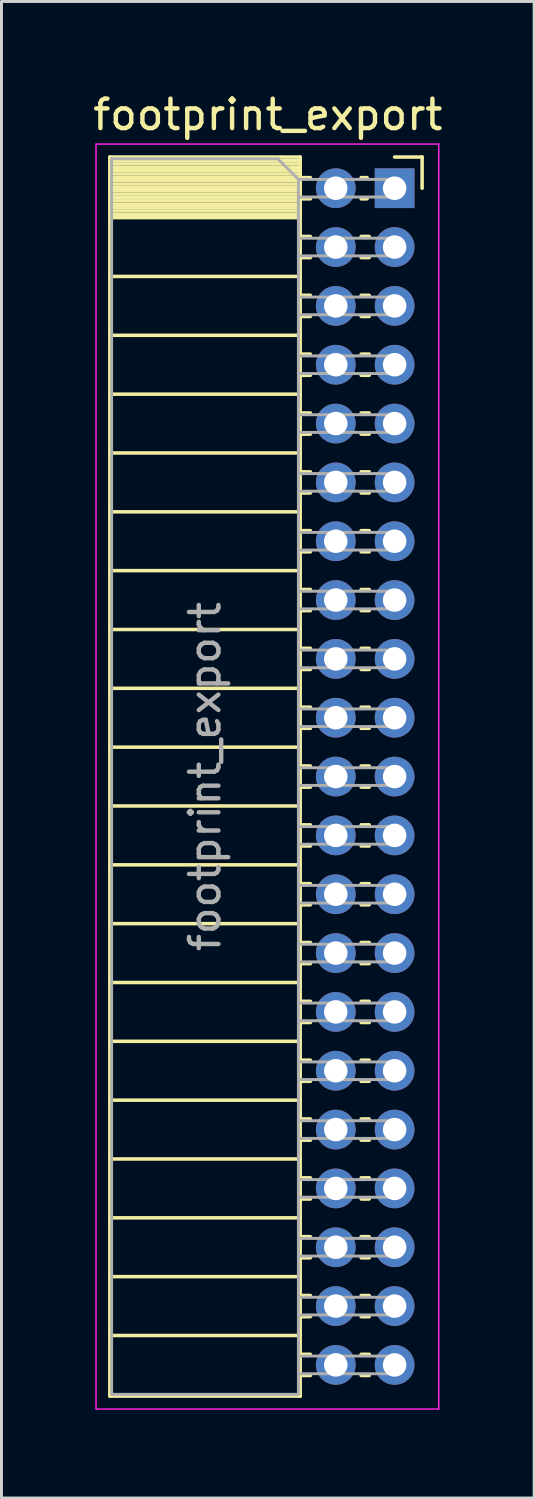
<source format=kicad_pcb>
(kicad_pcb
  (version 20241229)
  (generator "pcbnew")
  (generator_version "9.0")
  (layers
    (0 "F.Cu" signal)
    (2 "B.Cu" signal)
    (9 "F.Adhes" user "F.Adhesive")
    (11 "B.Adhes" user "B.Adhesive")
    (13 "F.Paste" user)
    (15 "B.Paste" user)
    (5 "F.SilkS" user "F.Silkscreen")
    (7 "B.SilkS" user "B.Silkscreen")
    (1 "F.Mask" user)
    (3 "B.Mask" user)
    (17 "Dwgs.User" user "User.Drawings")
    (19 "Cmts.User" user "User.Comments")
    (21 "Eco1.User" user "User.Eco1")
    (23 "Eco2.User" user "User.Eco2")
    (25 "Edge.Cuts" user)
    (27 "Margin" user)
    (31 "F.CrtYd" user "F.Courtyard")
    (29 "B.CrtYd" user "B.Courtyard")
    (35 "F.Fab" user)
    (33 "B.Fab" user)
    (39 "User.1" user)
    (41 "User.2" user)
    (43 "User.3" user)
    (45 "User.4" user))
  (footprint "footprint_export"
    (layer "F.Cu")
    (at 10.364 3.348)
    (property "Reference" "footprint_export" (at -4.31 -2.5 0) (layer "F.SilkS") (effects (font (size 1 1) (thickness 0.15))))
    (attr through_hole)
    (fp_line (start -9.68 -1.06) (end -9.68 41.06) (stroke (width 0.12) (type solid)) (layer "F.SilkS"))
    (fp_line (start -9.68 -1.06) (end -3.21 -1.06) (stroke (width 0.12) (type solid)) (layer "F.SilkS"))
    (fp_line (start -9.68 -0.94) (end -3.21 -0.94) (stroke (width 0.12) (type solid)) (layer "F.SilkS"))
    (fp_line (start -9.68 -0.826) (end -3.21 -0.826) (stroke (width 0.12) (type solid)) (layer "F.SilkS"))
    (fp_line (start -9.68 -0.712) (end -3.21 -0.712) (stroke (width 0.12) (type solid)) (layer "F.SilkS"))
    (fp_line (start -9.68 -0.598) (end -3.21 -0.598) (stroke (width 0.12) (type solid)) (layer "F.SilkS"))
    (fp_line (start -9.68 -0.484) (end -3.21 -0.484) (stroke (width 0.12) (type solid)) (layer "F.SilkS"))
    (fp_line (start -9.68 -0.369) (end -3.21 -0.369) (stroke (width 0.12) (type solid)) (layer "F.SilkS"))
    (fp_line (start -9.68 -0.255) (end -3.21 -0.255) (stroke (width 0.12) (type solid)) (layer "F.SilkS"))
    (fp_line (start -9.68 -0.141) (end -3.21 -0.141) (stroke (width 0.12) (type solid)) (layer "F.SilkS"))
    (fp_line (start -9.68 -0.027) (end -3.21 -0.027) (stroke (width 0.12) (type solid)) (layer "F.SilkS"))
    (fp_line (start -9.68 0.087) (end -3.21 0.087) (stroke (width 0.12) (type solid)) (layer "F.SilkS"))
    (fp_line (start -9.68 0.201) (end -3.21 0.201) (stroke (width 0.12) (type solid)) (layer "F.SilkS"))
    (fp_line (start -9.68 0.315) (end -3.21 0.315) (stroke (width 0.12) (type solid)) (layer "F.SilkS"))
    (fp_line (start -9.68 0.429) (end -3.21 0.429) (stroke (width 0.12) (type solid)) (layer "F.SilkS"))
    (fp_line (start -9.68 0.544) (end -3.21 0.544) (stroke (width 0.12) (type solid)) (layer "F.SilkS"))
    (fp_line (start -9.68 0.658) (end -3.21 0.658) (stroke (width 0.12) (type solid)) (layer "F.SilkS"))
    (fp_line (start -9.68 0.772) (end -3.21 0.772) (stroke (width 0.12) (type solid)) (layer "F.SilkS"))
    (fp_line (start -9.68 0.886) (end -3.21 0.886) (stroke (width 0.12) (type solid)) (layer "F.SilkS"))
    (fp_line (start -9.68 1) (end -3.21 1) (stroke (width 0.12) (type solid)) (layer "F.SilkS"))
    (fp_line (start -9.68 3) (end -3.21 3) (stroke (width 0.12) (type solid)) (layer "F.SilkS"))
    (fp_line (start -9.68 5) (end -3.21 5) (stroke (width 0.12) (type solid)) (layer "F.SilkS"))
    (fp_line (start -9.68 7) (end -3.21 7) (stroke (width 0.12) (type solid)) (layer "F.SilkS"))
    (fp_line (start -9.68 9) (end -3.21 9) (stroke (width 0.12) (type solid)) (layer "F.SilkS"))
    (fp_line (start -9.68 11) (end -3.21 11) (stroke (width 0.12) (type solid)) (layer "F.SilkS"))
    (fp_line (start -9.68 13) (end -3.21 13) (stroke (width 0.12) (type solid)) (layer "F.SilkS"))
    (fp_line (start -9.68 15) (end -3.21 15) (stroke (width 0.12) (type solid)) (layer "F.SilkS"))
    (fp_line (start -9.68 17) (end -3.21 17) (stroke (width 0.12) (type solid)) (layer "F.SilkS"))
    (fp_line (start -9.68 19) (end -3.21 19) (stroke (width 0.12) (type solid)) (layer "F.SilkS"))
    (fp_line (start -9.68 21) (end -3.21 21) (stroke (width 0.12) (type solid)) (layer "F.SilkS"))
    (fp_line (start -9.68 23) (end -3.21 23) (stroke (width 0.12) (type solid)) (layer "F.SilkS"))
    (fp_line (start -9.68 25) (end -3.21 25) (stroke (width 0.12) (type solid)) (layer "F.SilkS"))
    (fp_line (start -9.68 27) (end -3.21 27) (stroke (width 0.12) (type solid)) (layer "F.SilkS"))
    (fp_line (start -9.68 29) (end -3.21 29) (stroke (width 0.12) (type solid)) (layer "F.SilkS"))
    (fp_line (start -9.68 31) (end -3.21 31) (stroke (width 0.12) (type solid)) (layer "F.SilkS"))
    (fp_line (start -9.68 33) (end -3.21 33) (stroke (width 0.12) (type solid)) (layer "F.SilkS"))
    (fp_line (start -9.68 35) (end -3.21 35) (stroke (width 0.12) (type solid)) (layer "F.SilkS"))
    (fp_line (start -9.68 37) (end -3.21 37) (stroke (width 0.12) (type solid)) (layer "F.SilkS"))
    (fp_line (start -9.68 39) (end -3.21 39) (stroke (width 0.12) (type solid)) (layer "F.SilkS"))
    (fp_line (start -9.68 41.06) (end -3.21 41.06) (stroke (width 0.12) (type solid)) (layer "F.SilkS"))
    (fp_line (start -3.21 -1.06) (end -3.21 41.06) (stroke (width 0.12) (type solid)) (layer "F.SilkS"))
    (fp_line (start -3.21 -0.36) (end -2.863 -0.36) (stroke (width 0.12) (type solid)) (layer "F.SilkS"))
    (fp_line (start -3.21 0.36) (end -2.863 0.36) (stroke (width 0.12) (type solid)) (layer "F.SilkS"))
    (fp_line (start -3.21 1.64) (end -2.863 1.64) (stroke (width 0.12) (type solid)) (layer "F.SilkS"))
    (fp_line (start -3.21 2.36) (end -2.863 2.36) (stroke (width 0.12) (type solid)) (layer "F.SilkS"))
    (fp_line (start -3.21 3.64) (end -2.863 3.64) (stroke (width 0.12) (type solid)) (layer "F.SilkS"))
    (fp_line (start -3.21 4.36) (end -2.863 4.36) (stroke (width 0.12) (type solid)) (layer "F.SilkS"))
    (fp_line (start -3.21 5.64) (end -2.863 5.64) (stroke (width 0.12) (type solid)) (layer "F.SilkS"))
    (fp_line (start -3.21 6.36) (end -2.863 6.36) (stroke (width 0.12) (type solid)) (layer "F.SilkS"))
    (fp_line (start -3.21 7.64) (end -2.863 7.64) (stroke (width 0.12) (type solid)) (layer "F.SilkS"))
    (fp_line (start -3.21 8.36) (end -2.863 8.36) (stroke (width 0.12) (type solid)) (layer "F.SilkS"))
    (fp_line (start -3.21 9.64) (end -2.863 9.64) (stroke (width 0.12) (type solid)) (layer "F.SilkS"))
    (fp_line (start -3.21 10.36) (end -2.863 10.36) (stroke (width 0.12) (type solid)) (layer "F.SilkS"))
    (fp_line (start -3.21 11.64) (end -2.863 11.64) (stroke (width 0.12) (type solid)) (layer "F.SilkS"))
    (fp_line (start -3.21 12.36) (end -2.863 12.36) (stroke (width 0.12) (type solid)) (layer "F.SilkS"))
    (fp_line (start -3.21 13.64) (end -2.863 13.64) (stroke (width 0.12) (type solid)) (layer "F.SilkS"))
    (fp_line (start -3.21 14.36) (end -2.863 14.36) (stroke (width 0.12) (type solid)) (layer "F.SilkS"))
    (fp_line (start -3.21 15.64) (end -2.863 15.64) (stroke (width 0.12) (type solid)) (layer "F.SilkS"))
    (fp_line (start -3.21 16.36) (end -2.863 16.36) (stroke (width 0.12) (type solid)) (layer "F.SilkS"))
    (fp_line (start -3.21 17.64) (end -2.863 17.64) (stroke (width 0.12) (type solid)) (layer "F.SilkS"))
    (fp_line (start -3.21 18.36) (end -2.863 18.36) (stroke (width 0.12) (type solid)) (layer "F.SilkS"))
    (fp_line (start -3.21 19.64) (end -2.863 19.64) (stroke (width 0.12) (type solid)) (layer "F.SilkS"))
    (fp_line (start -3.21 20.36) (end -2.863 20.36) (stroke (width 0.12) (type solid)) (layer "F.SilkS"))
    (fp_line (start -3.21 21.64) (end -2.863 21.64) (stroke (width 0.12) (type solid)) (layer "F.SilkS"))
    (fp_line (start -3.21 22.36) (end -2.863 22.36) (stroke (width 0.12) (type solid)) (layer "F.SilkS"))
    (fp_line (start -3.21 23.64) (end -2.863 23.64) (stroke (width 0.12) (type solid)) (layer "F.SilkS"))
    (fp_line (start -3.21 24.36) (end -2.863 24.36) (stroke (width 0.12) (type solid)) (layer "F.SilkS"))
    (fp_line (start -3.21 25.64) (end -2.863 25.64) (stroke (width 0.12) (type solid)) (layer "F.SilkS"))
    (fp_line (start -3.21 26.36) (end -2.863 26.36) (stroke (width 0.12) (type solid)) (layer "F.SilkS"))
    (fp_line (start -3.21 27.64) (end -2.863 27.64) (stroke (width 0.12) (type solid)) (layer "F.SilkS"))
    (fp_line (start -3.21 28.36) (end -2.863 28.36) (stroke (width 0.12) (type solid)) (layer "F.SilkS"))
    (fp_line (start -3.21 29.64) (end -2.863 29.64) (stroke (width 0.12) (type solid)) (layer "F.SilkS"))
    (fp_line (start -3.21 30.36) (end -2.863 30.36) (stroke (width 0.12) (type solid)) (layer "F.SilkS"))
    (fp_line (start -3.21 31.64) (end -2.863 31.64) (stroke (width 0.12) (type solid)) (layer "F.SilkS"))
    (fp_line (start -3.21 32.36) (end -2.863 32.36) (stroke (width 0.12) (type solid)) (layer "F.SilkS"))
    (fp_line (start -3.21 33.64) (end -2.863 33.64) (stroke (width 0.12) (type solid)) (layer "F.SilkS"))
    (fp_line (start -3.21 34.36) (end -2.863 34.36) (stroke (width 0.12) (type solid)) (layer "F.SilkS"))
    (fp_line (start -3.21 35.64) (end -2.863 35.64) (stroke (width 0.12) (type solid)) (layer "F.SilkS"))
    (fp_line (start -3.21 36.36) (end -2.863 36.36) (stroke (width 0.12) (type solid)) (layer "F.SilkS"))
    (fp_line (start -3.21 37.64) (end -2.863 37.64) (stroke (width 0.12) (type solid)) (layer "F.SilkS"))
    (fp_line (start -3.21 38.36) (end -2.863 38.36) (stroke (width 0.12) (type solid)) (layer "F.SilkS"))
    (fp_line (start -3.21 39.64) (end -2.863 39.64) (stroke (width 0.12) (type solid)) (layer "F.SilkS"))
    (fp_line (start -3.21 40.36) (end -2.863 40.36) (stroke (width 0.12) (type solid)) (layer "F.SilkS"))
    (fp_line (start -1.137 -0.36) (end -0.935 -0.36) (stroke (width 0.12) (type solid)) (layer "F.SilkS"))
    (fp_line (start -1.137 0.36) (end -0.935 0.36) (stroke (width 0.12) (type solid)) (layer "F.SilkS"))
    (fp_line (start -1.137 1.64) (end -0.863 1.64) (stroke (width 0.12) (type solid)) (layer "F.SilkS"))
    (fp_line (start -1.137 2.36) (end -0.863 2.36) (stroke (width 0.12) (type solid)) (layer "F.SilkS"))
    (fp_line (start -1.137 3.64) (end -0.863 3.64) (stroke (width 0.12) (type solid)) (layer "F.SilkS"))
    (fp_line (start -1.137 4.36) (end -0.863 4.36) (stroke (width 0.12) (type solid)) (layer "F.SilkS"))
    (fp_line (start -1.137 5.64) (end -0.863 5.64) (stroke (width 0.12) (type solid)) (layer "F.SilkS"))
    (fp_line (start -1.137 6.36) (end -0.863 6.36) (stroke (width 0.12) (type solid)) (layer "F.SilkS"))
    (fp_line (start -1.137 7.64) (end -0.863 7.64) (stroke (width 0.12) (type solid)) (layer "F.SilkS"))
    (fp_line (start -1.137 8.36) (end -0.863 8.36) (stroke (width 0.12) (type solid)) (layer "F.SilkS"))
    (fp_line (start -1.137 9.64) (end -0.863 9.64) (stroke (width 0.12) (type solid)) (layer "F.SilkS"))
    (fp_line (start -1.137 10.36) (end -0.863 10.36) (stroke (width 0.12) (type solid)) (layer "F.SilkS"))
    (fp_line (start -1.137 11.64) (end -0.863 11.64) (stroke (width 0.12) (type solid)) (layer "F.SilkS"))
    (fp_line (start -1.137 12.36) (end -0.863 12.36) (stroke (width 0.12) (type solid)) (layer "F.SilkS"))
    (fp_line (start -1.137 13.64) (end -0.863 13.64) (stroke (width 0.12) (type solid)) (layer "F.SilkS"))
    (fp_line (start -1.137 14.36) (end -0.863 14.36) (stroke (width 0.12) (type solid)) (layer "F.SilkS"))
    (fp_line (start -1.137 15.64) (end -0.863 15.64) (stroke (width 0.12) (type solid)) (layer "F.SilkS"))
    (fp_line (start -1.137 16.36) (end -0.863 16.36) (stroke (width 0.12) (type solid)) (layer "F.SilkS"))
    (fp_line (start -1.137 17.64) (end -0.863 17.64) (stroke (width 0.12) (type solid)) (layer "F.SilkS"))
    (fp_line (start -1.137 18.36) (end -0.863 18.36) (stroke (width 0.12) (type solid)) (layer "F.SilkS"))
    (fp_line (start -1.137 19.64) (end -0.863 19.64) (stroke (width 0.12) (type solid)) (layer "F.SilkS"))
    (fp_line (start -1.137 20.36) (end -0.863 20.36) (stroke (width 0.12) (type solid)) (layer "F.SilkS"))
    (fp_line (start -1.137 21.64) (end -0.863 21.64) (stroke (width 0.12) (type solid)) (layer "F.SilkS"))
    (fp_line (start -1.137 22.36) (end -0.863 22.36) (stroke (width 0.12) (type solid)) (layer "F.SilkS"))
    (fp_line (start -1.137 23.64) (end -0.863 23.64) (stroke (width 0.12) (type solid)) (layer "F.SilkS"))
    (fp_line (start -1.137 24.36) (end -0.863 24.36) (stroke (width 0.12) (type solid)) (layer "F.SilkS"))
    (fp_line (start -1.137 25.64) (end -0.863 25.64) (stroke (width 0.12) (type solid)) (layer "F.SilkS"))
    (fp_line (start -1.137 26.36) (end -0.863 26.36) (stroke (width 0.12) (type solid)) (layer "F.SilkS"))
    (fp_line (start -1.137 27.64) (end -0.863 27.64) (stroke (width 0.12) (type solid)) (layer "F.SilkS"))
    (fp_line (start -1.137 28.36) (end -0.863 28.36) (stroke (width 0.12) (type solid)) (layer "F.SilkS"))
    (fp_line (start -1.137 29.64) (end -0.863 29.64) (stroke (width 0.12) (type solid)) (layer "F.SilkS"))
    (fp_line (start -1.137 30.36) (end -0.863 30.36) (stroke (width 0.12) (type solid)) (layer "F.SilkS"))
    (fp_line (start -1.137 31.64) (end -0.863 31.64) (stroke (width 0.12) (type solid)) (layer "F.SilkS"))
    (fp_line (start -1.137 32.36) (end -0.863 32.36) (stroke (width 0.12) (type solid)) (layer "F.SilkS"))
    (fp_line (start -1.137 33.64) (end -0.863 33.64) (stroke (width 0.12) (type solid)) (layer "F.SilkS"))
    (fp_line (start -1.137 34.36) (end -0.863 34.36) (stroke (width 0.12) (type solid)) (layer "F.SilkS"))
    (fp_line (start -1.137 35.64) (end -0.863 35.64) (stroke (width 0.12) (type solid)) (layer "F.SilkS"))
    (fp_line (start -1.137 36.36) (end -0.863 36.36) (stroke (width 0.12) (type solid)) (layer "F.SilkS"))
    (fp_line (start -1.137 37.64) (end -0.863 37.64) (stroke (width 0.12) (type solid)) (layer "F.SilkS"))
    (fp_line (start -1.137 38.36) (end -0.863 38.36) (stroke (width 0.12) (type solid)) (layer "F.SilkS"))
    (fp_line (start -1.137 39.64) (end -0.863 39.64) (stroke (width 0.12) (type solid)) (layer "F.SilkS"))
    (fp_line (start -1.137 40.36) (end -0.863 40.36) (stroke (width 0.12) (type solid)) (layer "F.SilkS"))
    (fp_line (start 0 -1.06) (end 0.935 -1.06) (stroke (width 0.12) (type solid)) (layer "F.SilkS"))
    (fp_line (start 0.935 -1.06) (end 0.935 0) (stroke (width 0.12) (type solid)) (layer "F.SilkS"))
    (fp_line (start -10.15 -1.5) (end -10.15 41.5) (stroke (width 0.05) (type solid)) (layer "F.CrtYd"))
    (fp_line (start -10.15 41.5) (end 1.5 41.5) (stroke (width 0.05) (type solid)) (layer "F.CrtYd"))
    (fp_line (start 1.5 -1.5) (end -10.15 -1.5) (stroke (width 0.05) (type solid)) (layer "F.CrtYd"))
    (fp_line (start 1.5 41.5) (end 1.5 -1.5) (stroke (width 0.05) (type solid)) (layer "F.CrtYd"))
    (fp_line (start -9.62 -1) (end -3.97 -1) (stroke (width 0.1) (type solid)) (layer "F.Fab"))
    (fp_line (start -9.62 41) (end -9.62 -1) (stroke (width 0.1) (type solid)) (layer "F.Fab"))
    (fp_line (start -3.97 -1) (end -3.27 -0.3) (stroke (width 0.1) (type solid)) (layer "F.Fab"))
    (fp_line (start -3.27 -0.3) (end -3.27 41) (stroke (width 0.1) (type solid)) (layer "F.Fab"))
    (fp_line (start -3.27 0.3) (end 0 0.3) (stroke (width 0.1) (type solid)) (layer "F.Fab"))
    (fp_line (start -3.27 2.3) (end 0 2.3) (stroke (width 0.1) (type solid)) (layer "F.Fab"))
    (fp_line (start -3.27 4.3) (end 0 4.3) (stroke (width 0.1) (type solid)) (layer "F.Fab"))
    (fp_line (start -3.27 6.3) (end 0 6.3) (stroke (width 0.1) (type solid)) (layer "F.Fab"))
    (fp_line (start -3.27 8.3) (end 0 8.3) (stroke (width 0.1) (type solid)) (layer "F.Fab"))
    (fp_line (start -3.27 10.3) (end 0 10.3) (stroke (width 0.1) (type solid)) (layer "F.Fab"))
    (fp_line (start -3.27 12.3) (end 0 12.3) (stroke (width 0.1) (type solid)) (layer "F.Fab"))
    (fp_line (start -3.27 14.3) (end 0 14.3) (stroke (width 0.1) (type solid)) (layer "F.Fab"))
    (fp_line (start -3.27 16.3) (end 0 16.3) (stroke (width 0.1) (type solid)) (layer "F.Fab"))
    (fp_line (start -3.27 18.3) (end 0 18.3) (stroke (width 0.1) (type solid)) (layer "F.Fab"))
    (fp_line (start -3.27 20.3) (end 0 20.3) (stroke (width 0.1) (type solid)) (layer "F.Fab"))
    (fp_line (start -3.27 22.3) (end 0 22.3) (stroke (width 0.1) (type solid)) (layer "F.Fab"))
    (fp_line (start -3.27 24.3) (end 0 24.3) (stroke (width 0.1) (type solid)) (layer "F.Fab"))
    (fp_line (start -3.27 26.3) (end 0 26.3) (stroke (width 0.1) (type solid)) (layer "F.Fab"))
    (fp_line (start -3.27 28.3) (end 0 28.3) (stroke (width 0.1) (type solid)) (layer "F.Fab"))
    (fp_line (start -3.27 30.3) (end 0 30.3) (stroke (width 0.1) (type solid)) (layer "F.Fab"))
    (fp_line (start -3.27 32.3) (end 0 32.3) (stroke (width 0.1) (type solid)) (layer "F.Fab"))
    (fp_line (start -3.27 34.3) (end 0 34.3) (stroke (width 0.1) (type solid)) (layer "F.Fab"))
    (fp_line (start -3.27 36.3) (end 0 36.3) (stroke (width 0.1) (type solid)) (layer "F.Fab"))
    (fp_line (start -3.27 38.3) (end 0 38.3) (stroke (width 0.1) (type solid)) (layer "F.Fab"))
    (fp_line (start -3.27 40.3) (end 0 40.3) (stroke (width 0.1) (type solid)) (layer "F.Fab"))
    (fp_line (start -3.27 41) (end -9.62 41) (stroke (width 0.1) (type solid)) (layer "F.Fab"))
    (fp_line (start 0 -0.3) (end -3.27 -0.3) (stroke (width 0.1) (type solid)) (layer "F.Fab"))
    (fp_line (start 0 0.3) (end 0 -0.3) (stroke (width 0.1) (type solid)) (layer "F.Fab"))
    (fp_line (start 0 1.7) (end -3.27 1.7) (stroke (width 0.1) (type solid)) (layer "F.Fab"))
    (fp_line (start 0 2.3) (end 0 1.7) (stroke (width 0.1) (type solid)) (layer "F.Fab"))
    (fp_line (start 0 3.7) (end -3.27 3.7) (stroke (width 0.1) (type solid)) (layer "F.Fab"))
    (fp_line (start 0 4.3) (end 0 3.7) (stroke (width 0.1) (type solid)) (layer "F.Fab"))
    (fp_line (start 0 5.7) (end -3.27 5.7) (stroke (width 0.1) (type solid)) (layer "F.Fab"))
    (fp_line (start 0 6.3) (end 0 5.7) (stroke (width 0.1) (type solid)) (layer "F.Fab"))
    (fp_line (start 0 7.7) (end -3.27 7.7) (stroke (width 0.1) (type solid)) (layer "F.Fab"))
    (fp_line (start 0 8.3) (end 0 7.7) (stroke (width 0.1) (type solid)) (layer "F.Fab"))
    (fp_line (start 0 9.7) (end -3.27 9.7) (stroke (width 0.1) (type solid)) (layer "F.Fab"))
    (fp_line (start 0 10.3) (end 0 9.7) (stroke (width 0.1) (type solid)) (layer "F.Fab"))
    (fp_line (start 0 11.7) (end -3.27 11.7) (stroke (width 0.1) (type solid)) (layer "F.Fab"))
    (fp_line (start 0 12.3) (end 0 11.7) (stroke (width 0.1) (type solid)) (layer "F.Fab"))
    (fp_line (start 0 13.7) (end -3.27 13.7) (stroke (width 0.1) (type solid)) (layer "F.Fab"))
    (fp_line (start 0 14.3) (end 0 13.7) (stroke (width 0.1) (type solid)) (layer "F.Fab"))
    (fp_line (start 0 15.7) (end -3.27 15.7) (stroke (width 0.1) (type solid)) (layer "F.Fab"))
    (fp_line (start 0 16.3) (end 0 15.7) (stroke (width 0.1) (type solid)) (layer "F.Fab"))
    (fp_line (start 0 17.7) (end -3.27 17.7) (stroke (width 0.1) (type solid)) (layer "F.Fab"))
    (fp_line (start 0 18.3) (end 0 17.7) (stroke (width 0.1) (type solid)) (layer "F.Fab"))
    (fp_line (start 0 19.7) (end -3.27 19.7) (stroke (width 0.1) (type solid)) (layer "F.Fab"))
    (fp_line (start 0 20.3) (end 0 19.7) (stroke (width 0.1) (type solid)) (layer "F.Fab"))
    (fp_line (start 0 21.7) (end -3.27 21.7) (stroke (width 0.1) (type solid)) (layer "F.Fab"))
    (fp_line (start 0 22.3) (end 0 21.7) (stroke (width 0.1) (type solid)) (layer "F.Fab"))
    (fp_line (start 0 23.7) (end -3.27 23.7) (stroke (width 0.1) (type solid)) (layer "F.Fab"))
    (fp_line (start 0 24.3) (end 0 23.7) (stroke (width 0.1) (type solid)) (layer "F.Fab"))
    (fp_line (start 0 25.7) (end -3.27 25.7) (stroke (width 0.1) (type solid)) (layer "F.Fab"))
    (fp_line (start 0 26.3) (end 0 25.7) (stroke (width 0.1) (type solid)) (layer "F.Fab"))
    (fp_line (start 0 27.7) (end -3.27 27.7) (stroke (width 0.1) (type solid)) (layer "F.Fab"))
    (fp_line (start 0 28.3) (end 0 27.7) (stroke (width 0.1) (type solid)) (layer "F.Fab"))
    (fp_line (start 0 29.7) (end -3.27 29.7) (stroke (width 0.1) (type solid)) (layer "F.Fab"))
    (fp_line (start 0 30.3) (end 0 29.7) (stroke (width 0.1) (type solid)) (layer "F.Fab"))
    (fp_line (start 0 31.7) (end -3.27 31.7) (stroke (width 0.1) (type solid)) (layer "F.Fab"))
    (fp_line (start 0 32.3) (end 0 31.7) (stroke (width 0.1) (type solid)) (layer "F.Fab"))
    (fp_line (start 0 33.7) (end -3.27 33.7) (stroke (width 0.1) (type solid)) (layer "F.Fab"))
    (fp_line (start 0 34.3) (end 0 33.7) (stroke (width 0.1) (type solid)) (layer "F.Fab"))
    (fp_line (start 0 35.7) (end -3.27 35.7) (stroke (width 0.1) (type solid)) (layer "F.Fab"))
    (fp_line (start 0 36.3) (end 0 35.7) (stroke (width 0.1) (type solid)) (layer "F.Fab"))
    (fp_line (start 0 37.7) (end -3.27 37.7) (stroke (width 0.1) (type solid)) (layer "F.Fab"))
    (fp_line (start 0 38.3) (end 0 37.7) (stroke (width 0.1) (type solid)) (layer "F.Fab"))
    (fp_line (start 0 39.7) (end -3.27 39.7) (stroke (width 0.1) (type solid)) (layer "F.Fab"))
    (fp_line (start 0 40.3) (end 0 39.7) (stroke (width 0.1) (type solid)) (layer "F.Fab"))
    (fp_text user "${REFERENCE}" (at -6.445 20 90) (layer "F.Fab") (effects (font (size 1 1) (thickness 0.15))))
    (pad "1" thru_hole rect (at 0 0) (size 1.35 1.35) (drill 0.8) (layers "*.Cu" "*.Mask"))
    (pad "2" thru_hole oval (at -2 0) (size 1.35 1.35) (drill 0.8) (layers "*.Cu" "*.Mask"))
    (pad "3" thru_hole oval (at 0 2) (size 1.35 1.35) (drill 0.8) (layers "*.Cu" "*.Mask"))
    (pad "4" thru_hole oval (at -2 2) (size 1.35 1.35) (drill 0.8) (layers "*.Cu" "*.Mask"))
    (pad "5" thru_hole oval (at 0 4) (size 1.35 1.35) (drill 0.8) (layers "*.Cu" "*.Mask"))
    (pad "6" thru_hole oval (at -2 4) (size 1.35 1.35) (drill 0.8) (layers "*.Cu" "*.Mask"))
    (pad "7" thru_hole oval (at 0 6) (size 1.35 1.35) (drill 0.8) (layers "*.Cu" "*.Mask"))
    (pad "8" thru_hole oval (at -2 6) (size 1.35 1.35) (drill 0.8) (layers "*.Cu" "*.Mask"))
    (pad "9" thru_hole oval (at 0 8) (size 1.35 1.35) (drill 0.8) (layers "*.Cu" "*.Mask"))
    (pad "10" thru_hole oval (at -2 8) (size 1.35 1.35) (drill 0.8) (layers "*.Cu" "*.Mask"))
    (pad "11" thru_hole oval (at 0 10) (size 1.35 1.35) (drill 0.8) (layers "*.Cu" "*.Mask"))
    (pad "12" thru_hole oval (at -2 10) (size 1.35 1.35) (drill 0.8) (layers "*.Cu" "*.Mask"))
    (pad "13" thru_hole oval (at 0 12) (size 1.35 1.35) (drill 0.8) (layers "*.Cu" "*.Mask"))
    (pad "14" thru_hole oval (at -2 12) (size 1.35 1.35) (drill 0.8) (layers "*.Cu" "*.Mask"))
    (pad "15" thru_hole oval (at 0 14) (size 1.35 1.35) (drill 0.8) (layers "*.Cu" "*.Mask"))
    (pad "16" thru_hole oval (at -2 14) (size 1.35 1.35) (drill 0.8) (layers "*.Cu" "*.Mask"))
    (pad "17" thru_hole oval (at 0 16) (size 1.35 1.35) (drill 0.8) (layers "*.Cu" "*.Mask"))
    (pad "18" thru_hole oval (at -2 16) (size 1.35 1.35) (drill 0.8) (layers "*.Cu" "*.Mask"))
    (pad "19" thru_hole oval (at 0 18) (size 1.35 1.35) (drill 0.8) (layers "*.Cu" "*.Mask"))
    (pad "20" thru_hole oval (at -2 18) (size 1.35 1.35) (drill 0.8) (layers "*.Cu" "*.Mask"))
    (pad "21" thru_hole oval (at 0 20) (size 1.35 1.35) (drill 0.8) (layers "*.Cu" "*.Mask"))
    (pad "22" thru_hole oval (at -2 20) (size 1.35 1.35) (drill 0.8) (layers "*.Cu" "*.Mask"))
    (pad "23" thru_hole oval (at 0 22) (size 1.35 1.35) (drill 0.8) (layers "*.Cu" "*.Mask"))
    (pad "24" thru_hole oval (at -2 22) (size 1.35 1.35) (drill 0.8) (layers "*.Cu" "*.Mask"))
    (pad "25" thru_hole oval (at 0 24) (size 1.35 1.35) (drill 0.8) (layers "*.Cu" "*.Mask"))
    (pad "26" thru_hole oval (at -2 24) (size 1.35 1.35) (drill 0.8) (layers "*.Cu" "*.Mask"))
    (pad "27" thru_hole oval (at 0 26) (size 1.35 1.35) (drill 0.8) (layers "*.Cu" "*.Mask"))
    (pad "28" thru_hole oval (at -2 26) (size 1.35 1.35) (drill 0.8) (layers "*.Cu" "*.Mask"))
    (pad "29" thru_hole oval (at 0 28) (size 1.35 1.35) (drill 0.8) (layers "*.Cu" "*.Mask"))
    (pad "30" thru_hole oval (at -2 28) (size 1.35 1.35) (drill 0.8) (layers "*.Cu" "*.Mask"))
    (pad "31" thru_hole oval (at 0 30) (size 1.35 1.35) (drill 0.8) (layers "*.Cu" "*.Mask"))
    (pad "32" thru_hole oval (at -2 30) (size 1.35 1.35) (drill 0.8) (layers "*.Cu" "*.Mask"))
    (pad "33" thru_hole oval (at 0 32) (size 1.35 1.35) (drill 0.8) (layers "*.Cu" "*.Mask"))
    (pad "34" thru_hole oval (at -2 32) (size 1.35 1.35) (drill 0.8) (layers "*.Cu" "*.Mask"))
    (pad "35" thru_hole oval (at 0 34) (size 1.35 1.35) (drill 0.8) (layers "*.Cu" "*.Mask"))
    (pad "36" thru_hole oval (at -2 34) (size 1.35 1.35) (drill 0.8) (layers "*.Cu" "*.Mask"))
    (pad "37" thru_hole oval (at 0 36) (size 1.35 1.35) (drill 0.8) (layers "*.Cu" "*.Mask"))
    (pad "38" thru_hole oval (at -2 36) (size 1.35 1.35) (drill 0.8) (layers "*.Cu" "*.Mask"))
    (pad "39" thru_hole oval (at 0 38) (size 1.35 1.35) (drill 0.8) (layers "*.Cu" "*.Mask"))
    (pad "40" thru_hole oval (at -2 38) (size 1.35 1.35) (drill 0.8) (layers "*.Cu" "*.Mask"))
    (pad "41" thru_hole oval (at 0 40) (size 1.35 1.35) (drill 0.8) (layers "*.Cu" "*.Mask"))
    (pad "42" thru_hole oval (at -2 40) (size 1.35 1.35) (drill 0.8) (layers "*.Cu" "*.Mask")))
  (gr_rect
    (start -3 -3)
    (end 15.107 47.873)
    (stroke (width 0.1) (type default))
    (fill no)
    (layer "Edge.Cuts")))
</source>
